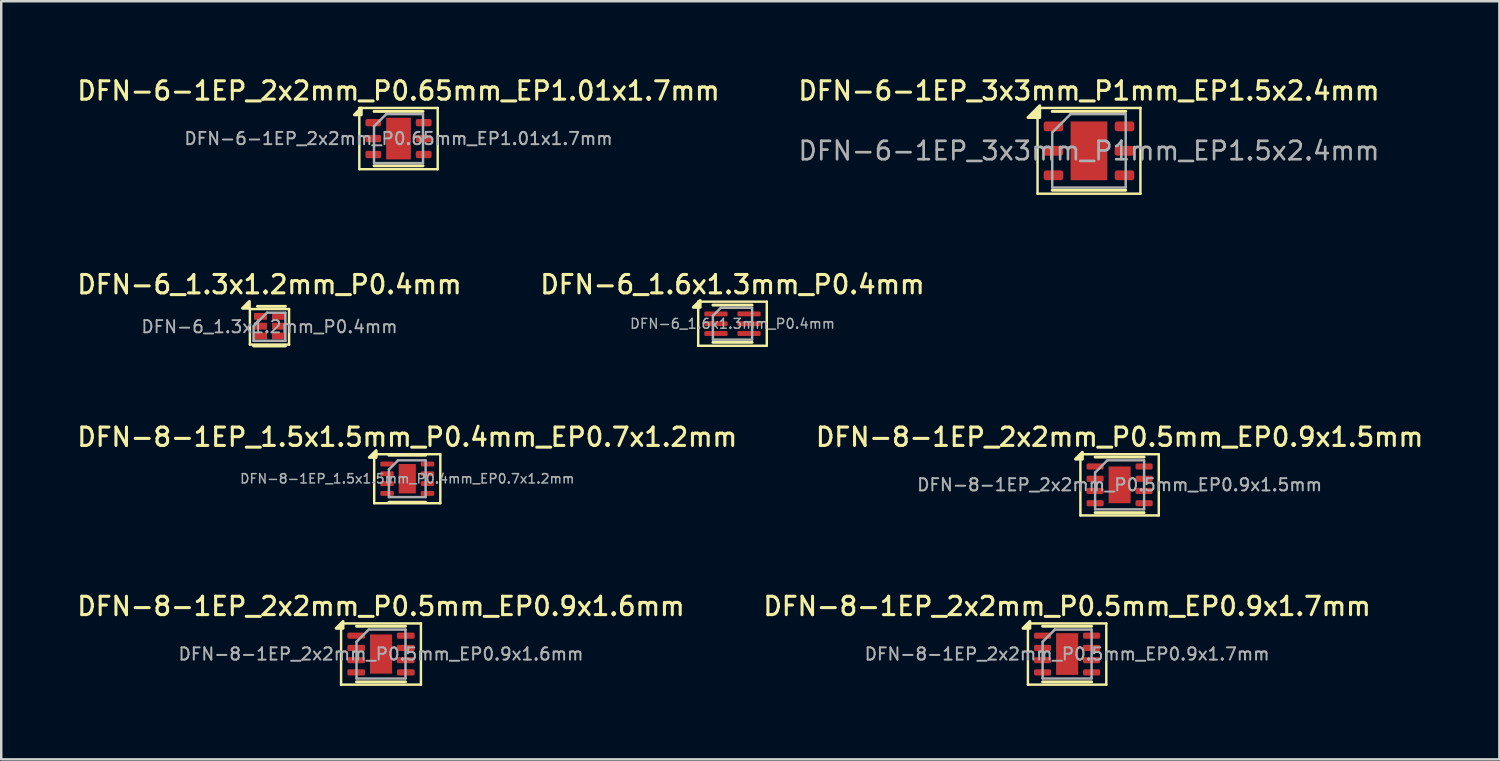
<source format=kicad_pcb>
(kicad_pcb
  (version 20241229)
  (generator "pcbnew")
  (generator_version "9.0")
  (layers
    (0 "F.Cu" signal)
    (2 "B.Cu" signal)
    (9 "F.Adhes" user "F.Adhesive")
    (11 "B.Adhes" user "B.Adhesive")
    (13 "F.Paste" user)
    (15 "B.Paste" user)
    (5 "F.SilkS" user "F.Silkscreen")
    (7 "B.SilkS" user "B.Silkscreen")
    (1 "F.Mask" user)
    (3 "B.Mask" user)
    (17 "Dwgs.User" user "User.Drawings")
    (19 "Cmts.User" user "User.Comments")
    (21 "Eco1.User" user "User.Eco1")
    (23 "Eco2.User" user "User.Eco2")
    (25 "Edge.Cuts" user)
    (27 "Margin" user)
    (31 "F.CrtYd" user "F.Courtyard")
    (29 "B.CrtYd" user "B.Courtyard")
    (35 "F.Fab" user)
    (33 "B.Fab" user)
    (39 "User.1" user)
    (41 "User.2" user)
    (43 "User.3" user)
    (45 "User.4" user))
  (footprint "DFN-6-1EP_2x2mm_P0.65mm_EP1.01x1.7mm"
    (layer "F.Cu")
    (at 13.22 2.608)
    (property "Reference" "DFN-6-1EP_2x2mm_P0.65mm_EP1.01x1.7mm" (at 0 -1.95 0) (layer "F.SilkS") (effects (font (size 0.75 0.75) (thickness 0.125))))
    (attr smd)
    (fp_line (start -1.6 -1.25) (end -1.6 1.25) (stroke (width 0.1) (type solid)) (layer "F.SilkS"))
    (fp_line (start -1.6 1.25) (end 1.6 1.25) (stroke (width 0.1) (type solid)) (layer "F.SilkS"))
    (fp_line (start -1 -1.11) (end 1 -1.11) (stroke (width 0.12) (type solid)) (layer "F.SilkS"))
    (fp_line (start -1 1.11) (end 1 1.11) (stroke (width 0.12) (type solid)) (layer "F.SilkS"))
    (fp_line (start 1.6 -1.25) (end -1.6 -1.25) (stroke (width 0.1) (type solid)) (layer "F.SilkS"))
    (fp_line (start 1.6 1.25) (end 1.6 -1.25) (stroke (width 0.1) (type solid)) (layer "F.SilkS"))
    (fp_poly (pts (xy -1.52 -0.97) (xy -1.8 -0.97) (xy -1.52 -1.25) (xy -1.52 -0.97)) (stroke (width 0.12) (type solid)) (fill yes) (layer "F.SilkS"))
    (fp_line (start -1 -0.5) (end -0.5 -1) (stroke (width 0.1) (type solid)) (layer "F.Fab"))
    (fp_line (start -1 1) (end -1 -0.5) (stroke (width 0.1) (type solid)) (layer "F.Fab"))
    (fp_line (start -0.5 -1) (end 1 -1) (stroke (width 0.1) (type solid)) (layer "F.Fab"))
    (fp_line (start 1 -1) (end 1 1) (stroke (width 0.1) (type solid)) (layer "F.Fab"))
    (fp_line (start 1 1) (end -1 1) (stroke (width 0.1) (type solid)) (layer "F.Fab"))
    (fp_text user "${REFERENCE}" (at 0 0 0) (layer "F.Fab") (effects (font (size 0.5 0.5) (thickness 0.08))))
    (pad "" smd roundrect (at 0 -0.425) (size 0.81 0.69) (layers "F.Paste") (roundrect_rratio 0.25))
    (pad "" smd roundrect (at 0 0.425) (size 0.81 0.69) (layers "F.Paste") (roundrect_rratio 0.25))
    (pad "1" smd roundrect (at -1.028 -0.65) (size 0.645 0.3) (layers "F.Cu" "F.Mask" "F.Paste") (roundrect_rratio 0.25))
    (pad "2" smd roundrect (at -1.028 0) (size 0.645 0.3) (layers "F.Cu" "F.Mask" "F.Paste") (roundrect_rratio 0.25))
    (pad "3" smd roundrect (at -1.028 0.65) (size 0.645 0.3) (layers "F.Cu" "F.Mask" "F.Paste") (roundrect_rratio 0.25))
    (pad "4" smd roundrect (at 1.028 0.65) (size 0.645 0.3) (layers "F.Cu" "F.Mask" "F.Paste") (roundrect_rratio 0.25))
    (pad "5" smd roundrect (at 1.028 0) (size 0.645 0.3) (layers "F.Cu" "F.Mask" "F.Paste") (roundrect_rratio 0.25))
    (pad "6" smd roundrect (at 1.028 -0.65) (size 0.645 0.3) (layers "F.Cu" "F.Mask" "F.Paste") (roundrect_rratio 0.25))
    (pad "7" smd rect (at 0 0) (size 1.01 1.7) (property pad_prop_heatsink) (layers "F.Cu" "F.Mask")))
  (footprint "DFN-6-1EP_3x3mm_P1mm_EP1.5x2.4mm"
    (layer "F.Cu")
    (at 41.409 3.108)
    (property "Reference" "DFN-6-1EP_3x3mm_P1mm_EP1.5x2.4mm" (at 0 -2.45 0) (layer "F.SilkS") (effects (font (size 0.75 0.75) (thickness 0.125))))
    (attr smd)
    (fp_line (start -2.1 -1.75) (end -2.1 1.75) (stroke (width 0.1) (type solid)) (layer "F.SilkS"))
    (fp_line (start -2.1 1.75) (end 2.1 1.75) (stroke (width 0.1) (type solid)) (layer "F.SilkS"))
    (fp_line (start -1.5 -1.61) (end 1.5 -1.61) (stroke (width 0.12) (type solid)) (layer "F.SilkS"))
    (fp_line (start -1.5 1.61) (end 1.5 1.61) (stroke (width 0.12) (type solid)) (layer "F.SilkS"))
    (fp_line (start 2.1 -1.75) (end -2.1 -1.75) (stroke (width 0.1) (type solid)) (layer "F.SilkS"))
    (fp_line (start 2.1 1.75) (end 2.1 -1.75) (stroke (width 0.1) (type solid)) (layer "F.SilkS"))
    (fp_poly (pts (xy -2.01 -1.36) (xy -2.49 -1.36) (xy -2.01 -1.84) (xy -2.01 -1.36)) (stroke (width 0.12) (type solid)) (fill yes) (layer "F.SilkS"))
    (fp_line (start -1.5 -0.75) (end -0.75 -1.5) (stroke (width 0.1) (type solid)) (layer "F.Fab"))
    (fp_line (start -1.5 1.5) (end -1.5 -0.75) (stroke (width 0.1) (type solid)) (layer "F.Fab"))
    (fp_line (start -0.75 -1.5) (end 1.5 -1.5) (stroke (width 0.1) (type solid)) (layer "F.Fab"))
    (fp_line (start 1.5 -1.5) (end 1.5 1.5) (stroke (width 0.1) (type solid)) (layer "F.Fab"))
    (fp_line (start 1.5 1.5) (end -1.5 1.5) (stroke (width 0.1) (type solid)) (layer "F.Fab"))
    (fp_text user "${REFERENCE}" (at 0 0 0) (layer "F.Fab") (effects (font (size 0.75 0.75) (thickness 0.11))))
    (pad "" smd roundrect (at -0.375 -0.6) (size 0.6 0.97) (layers "F.Paste") (roundrect_rratio 0.25))
    (pad "" smd roundrect (at -0.375 0.6) (size 0.6 0.97) (layers "F.Paste") (roundrect_rratio 0.25))
    (pad "" smd roundrect (at 0.375 -0.6) (size 0.6 0.97) (layers "F.Paste") (roundrect_rratio 0.25))
    (pad "" smd roundrect (at 0.375 0.6) (size 0.6 0.97) (layers "F.Paste") (roundrect_rratio 0.25))
    (pad "1" smd roundrect (at -1.45 -1) (size 0.8 0.4) (layers "F.Cu" "F.Mask" "F.Paste") (roundrect_rratio 0.25))
    (pad "2" smd roundrect (at -1.45 0) (size 0.8 0.4) (layers "F.Cu" "F.Mask" "F.Paste") (roundrect_rratio 0.25))
    (pad "3" smd roundrect (at -1.45 1) (size 0.8 0.4) (layers "F.Cu" "F.Mask" "F.Paste") (roundrect_rratio 0.25))
    (pad "4" smd roundrect (at 1.45 1) (size 0.8 0.4) (layers "F.Cu" "F.Mask" "F.Paste") (roundrect_rratio 0.25))
    (pad "5" smd roundrect (at 1.45 0) (size 0.8 0.4) (layers "F.Cu" "F.Mask" "F.Paste") (roundrect_rratio 0.25))
    (pad "6" smd roundrect (at 1.45 -1) (size 0.8 0.4) (layers "F.Cu" "F.Mask" "F.Paste") (roundrect_rratio 0.25))
    (pad "7" smd rect (at 0 0) (size 1.5 2.4) (property pad_prop_heatsink) (layers "F.Cu" "F.Mask")))
  (footprint "DFN-8-1EP_2x2mm_P0.5mm_EP0.9x1.7mm"
    (layer "F.Cu")
    (at 40.516 23.652)
    (property "Reference" "DFN-8-1EP_2x2mm_P0.5mm_EP0.9x1.7mm" (at 0 -1.95 0) (layer "F.SilkS") (effects (font (size 0.75 0.75) (thickness 0.125))))
    (attr smd)
    (fp_line (start -1.6 -1.25) (end -1.6 1.25) (stroke (width 0.1) (type solid)) (layer "F.SilkS"))
    (fp_line (start -1.6 1.25) (end 1.6 1.25) (stroke (width 0.1) (type solid)) (layer "F.SilkS"))
    (fp_line (start -1 -1.135) (end 1 -1.135) (stroke (width 0.12) (type solid)) (layer "F.SilkS"))
    (fp_line (start -1 1.135) (end 1 1.135) (stroke (width 0.12) (type solid)) (layer "F.SilkS"))
    (fp_line (start 1.6 -1.25) (end -1.6 -1.25) (stroke (width 0.1) (type solid)) (layer "F.SilkS"))
    (fp_line (start 1.6 1.25) (end 1.6 -1.25) (stroke (width 0.1) (type solid)) (layer "F.SilkS"))
    (fp_poly (pts (xy -1.52 -1.05) (xy -1.8 -1.05) (xy -1.52 -1.33) (xy -1.52 -1.05)) (stroke (width 0.12) (type solid)) (fill yes) (layer "F.SilkS"))
    (fp_line (start -1 -0.5) (end -0.5 -1) (stroke (width 0.1) (type solid)) (layer "F.Fab"))
    (fp_line (start -1 1) (end -1 -0.5) (stroke (width 0.1) (type solid)) (layer "F.Fab"))
    (fp_line (start -0.5 -1) (end 1 -1) (stroke (width 0.1) (type solid)) (layer "F.Fab"))
    (fp_line (start 1 -1) (end 1 1) (stroke (width 0.1) (type solid)) (layer "F.Fab"))
    (fp_line (start 1 1) (end -1 1) (stroke (width 0.1) (type solid)) (layer "F.Fab"))
    (fp_text user "${REFERENCE}" (at 0 0 0) (layer "F.Fab") (effects (font (size 0.5 0.5) (thickness 0.08))))
    (pad "" smd roundrect (at 0 -0.425) (size 0.73 0.69) (layers "F.Paste") (roundrect_rratio 0.25))
    (pad "" smd roundrect (at 0 0.425) (size 0.73 0.69) (layers "F.Paste") (roundrect_rratio 0.25))
    (pad "1" smd roundrect (at -1 -0.75) (size 0.7 0.25) (layers "F.Cu" "F.Mask" "F.Paste") (roundrect_rratio 0.25))
    (pad "2" smd roundrect (at -1 -0.25) (size 0.7 0.25) (layers "F.Cu" "F.Mask" "F.Paste") (roundrect_rratio 0.25))
    (pad "3" smd roundrect (at -1 0.25) (size 0.7 0.25) (layers "F.Cu" "F.Mask" "F.Paste") (roundrect_rratio 0.25))
    (pad "4" smd roundrect (at -1 0.75) (size 0.7 0.25) (layers "F.Cu" "F.Mask" "F.Paste") (roundrect_rratio 0.25))
    (pad "5" smd roundrect (at 1 0.75) (size 0.7 0.25) (layers "F.Cu" "F.Mask" "F.Paste") (roundrect_rratio 0.25))
    (pad "6" smd roundrect (at 1 0.25) (size 0.7 0.25) (layers "F.Cu" "F.Mask" "F.Paste") (roundrect_rratio 0.25))
    (pad "7" smd roundrect (at 1 -0.25) (size 0.7 0.25) (layers "F.Cu" "F.Mask" "F.Paste") (roundrect_rratio 0.25))
    (pad "8" smd roundrect (at 1 -0.75) (size 0.7 0.25) (layers "F.Cu" "F.Mask" "F.Paste") (roundrect_rratio 0.25))
    (pad "9" smd rect (at 0 0) (size 0.9 1.7) (property pad_prop_heatsink) (layers "F.Cu" "F.Mask")))
  (footprint "DFN-8-1EP_2x2mm_P0.5mm_EP0.9x1.5mm"
    (layer "F.Cu")
    (at 42.659 16.744)
    (property "Reference" "DFN-8-1EP_2x2mm_P0.5mm_EP0.9x1.5mm" (at 0 -1.95 0) (layer "F.SilkS") (effects (font (size 0.75 0.75) (thickness 0.125))))
    (attr smd)
    (fp_line (start -1.6 -1.25) (end -1.6 1.25) (stroke (width 0.1) (type solid)) (layer "F.SilkS"))
    (fp_line (start -1.6 1.25) (end 1.6 1.25) (stroke (width 0.1) (type solid)) (layer "F.SilkS"))
    (fp_line (start -1 -1.135) (end 1 -1.135) (stroke (width 0.12) (type solid)) (layer "F.SilkS"))
    (fp_line (start -1 1.135) (end 1 1.135) (stroke (width 0.12) (type solid)) (layer "F.SilkS"))
    (fp_line (start 1.6 -1.25) (end -1.6 -1.25) (stroke (width 0.1) (type solid)) (layer "F.SilkS"))
    (fp_line (start 1.6 1.25) (end 1.6 -1.25) (stroke (width 0.1) (type solid)) (layer "F.SilkS"))
    (fp_poly (pts (xy -1.52 -1.05) (xy -1.8 -1.05) (xy -1.52 -1.33) (xy -1.52 -1.05)) (stroke (width 0.12) (type solid)) (fill yes) (layer "F.SilkS"))
    (fp_line (start -1 -0.5) (end -0.5 -1) (stroke (width 0.1) (type solid)) (layer "F.Fab"))
    (fp_line (start -1 1) (end -1 -0.5) (stroke (width 0.1) (type solid)) (layer "F.Fab"))
    (fp_line (start -0.5 -1) (end 1 -1) (stroke (width 0.1) (type solid)) (layer "F.Fab"))
    (fp_line (start 1 -1) (end 1 1) (stroke (width 0.1) (type solid)) (layer "F.Fab"))
    (fp_line (start 1 1) (end -1 1) (stroke (width 0.1) (type solid)) (layer "F.Fab"))
    (fp_text user "${REFERENCE}" (at 0 0 0) (layer "F.Fab") (effects (font (size 0.5 0.5) (thickness 0.08))))
    (pad "" smd roundrect (at -0.225 -0.375) (size 0.36 0.6) (layers "F.Paste") (roundrect_rratio 0.25))
    (pad "" smd roundrect (at -0.225 0.375) (size 0.36 0.6) (layers "F.Paste") (roundrect_rratio 0.25))
    (pad "" smd roundrect (at 0.225 -0.375) (size 0.36 0.6) (layers "F.Paste") (roundrect_rratio 0.25))
    (pad "" smd roundrect (at 0.225 0.375) (size 0.36 0.6) (layers "F.Paste") (roundrect_rratio 0.25))
    (pad "1" smd roundrect (at -1 -0.75) (size 0.7 0.25) (layers "F.Cu" "F.Mask" "F.Paste") (roundrect_rratio 0.25))
    (pad "2" smd roundrect (at -1 -0.25) (size 0.7 0.25) (layers "F.Cu" "F.Mask" "F.Paste") (roundrect_rratio 0.25))
    (pad "3" smd roundrect (at -1 0.25) (size 0.7 0.25) (layers "F.Cu" "F.Mask" "F.Paste") (roundrect_rratio 0.25))
    (pad "4" smd roundrect (at -1 0.75) (size 0.7 0.25) (layers "F.Cu" "F.Mask" "F.Paste") (roundrect_rratio 0.25))
    (pad "5" smd roundrect (at 1 0.75) (size 0.7 0.25) (layers "F.Cu" "F.Mask" "F.Paste") (roundrect_rratio 0.25))
    (pad "6" smd roundrect (at 1 0.25) (size 0.7 0.25) (layers "F.Cu" "F.Mask" "F.Paste") (roundrect_rratio 0.25))
    (pad "7" smd roundrect (at 1 -0.25) (size 0.7 0.25) (layers "F.Cu" "F.Mask" "F.Paste") (roundrect_rratio 0.25))
    (pad "8" smd roundrect (at 1 -0.75) (size 0.7 0.25) (layers "F.Cu" "F.Mask" "F.Paste") (roundrect_rratio 0.25))
    (pad "9" smd rect (at 0 0) (size 0.9 1.5) (property pad_prop_heatsink) (layers "F.Cu" "F.Mask")))
  (footprint "DFN-8-1EP_2x2mm_P0.5mm_EP0.9x1.6mm"
    (layer "F.Cu")
    (at 12.505 23.652)
    (property "Reference" "DFN-8-1EP_2x2mm_P0.5mm_EP0.9x1.6mm" (at 0 -1.95 0) (layer "F.SilkS") (effects (font (size 0.75 0.75) (thickness 0.125))))
    (attr smd)
    (fp_line (start -1.63 -1.25) (end -1.63 1.25) (stroke (width 0.1) (type solid)) (layer "F.SilkS"))
    (fp_line (start -1.63 1.25) (end 1.63 1.25) (stroke (width 0.1) (type solid)) (layer "F.SilkS"))
    (fp_line (start -1 -1.135) (end 1 -1.135) (stroke (width 0.12) (type solid)) (layer "F.SilkS"))
    (fp_line (start -1 1.135) (end 1 1.135) (stroke (width 0.12) (type solid)) (layer "F.SilkS"))
    (fp_line (start 1.63 -1.25) (end -1.63 -1.25) (stroke (width 0.1) (type solid)) (layer "F.SilkS"))
    (fp_line (start 1.63 1.25) (end 1.63 -1.25) (stroke (width 0.1) (type solid)) (layer "F.SilkS"))
    (fp_poly (pts (xy -1.55 -1.05) (xy -1.83 -1.05) (xy -1.55 -1.33) (xy -1.55 -1.05)) (stroke (width 0.12) (type solid)) (fill yes) (layer "F.SilkS"))
    (fp_line (start -1 -0.5) (end -0.5 -1) (stroke (width 0.1) (type solid)) (layer "F.Fab"))
    (fp_line (start -1 1) (end -1 -0.5) (stroke (width 0.1) (type solid)) (layer "F.Fab"))
    (fp_line (start -0.5 -1) (end 1 -1) (stroke (width 0.1) (type solid)) (layer "F.Fab"))
    (fp_line (start 1 -1) (end 1 1) (stroke (width 0.1) (type solid)) (layer "F.Fab"))
    (fp_line (start 1 1) (end -1 1) (stroke (width 0.1) (type solid)) (layer "F.Fab"))
    (fp_text user "${REFERENCE}" (at 0 0 0) (layer "F.Fab") (effects (font (size 0.5 0.5) (thickness 0.08))))
    (pad "" smd roundrect (at 0 0) (size 0.73 1.29) (layers "F.Paste") (roundrect_rratio 0.25))
    (pad "1" smd roundrect (at -1.012 -0.75) (size 0.725 0.25) (layers "F.Cu" "F.Mask" "F.Paste") (roundrect_rratio 0.25))
    (pad "2" smd roundrect (at -1.012 -0.25) (size 0.725 0.25) (layers "F.Cu" "F.Mask" "F.Paste") (roundrect_rratio 0.25))
    (pad "3" smd roundrect (at -1.012 0.25) (size 0.725 0.25) (layers "F.Cu" "F.Mask" "F.Paste") (roundrect_rratio 0.25))
    (pad "4" smd roundrect (at -1.012 0.75) (size 0.725 0.25) (layers "F.Cu" "F.Mask" "F.Paste") (roundrect_rratio 0.25))
    (pad "5" smd roundrect (at 1.012 0.75) (size 0.725 0.25) (layers "F.Cu" "F.Mask" "F.Paste") (roundrect_rratio 0.25))
    (pad "6" smd roundrect (at 1.012 0.25) (size 0.725 0.25) (layers "F.Cu" "F.Mask" "F.Paste") (roundrect_rratio 0.25))
    (pad "7" smd roundrect (at 1.012 -0.25) (size 0.725 0.25) (layers "F.Cu" "F.Mask" "F.Paste") (roundrect_rratio 0.25))
    (pad "8" smd roundrect (at 1.012 -0.75) (size 0.725 0.25) (layers "F.Cu" "F.Mask" "F.Paste") (roundrect_rratio 0.25))
    (pad "9" smd rect (at 0 0) (size 0.9 1.6) (property pad_prop_heatsink) (layers "F.Cu" "F.Mask")))
  (footprint "DFN-8-1EP_1.5x1.5mm_P0.4mm_EP0.7x1.2mm"
    (layer "F.Cu")
    (at 13.577 16.494)
    (property "Reference" "DFN-8-1EP_1.5x1.5mm_P0.4mm_EP0.7x1.2mm" (at 0 -1.7 0) (layer "F.SilkS") (effects (font (size 0.75 0.75) (thickness 0.125))))
    (attr smd)
    (fp_line (start -1.35 -1) (end -1.35 1) (stroke (width 0.1) (type solid)) (layer "F.SilkS"))
    (fp_line (start -1.35 1) (end 1.35 1) (stroke (width 0.1) (type solid)) (layer "F.SilkS"))
    (fp_line (start -0.75 -0.96) (end 0.75 -0.96) (stroke (width 0.12) (type solid)) (layer "F.SilkS"))
    (fp_line (start -0.75 0.96) (end 0.75 0.96) (stroke (width 0.12) (type solid)) (layer "F.SilkS"))
    (fp_line (start 1.35 -1) (end -1.35 -1) (stroke (width 0.1) (type solid)) (layer "F.SilkS"))
    (fp_line (start 1.35 1) (end 1.35 -1) (stroke (width 0.1) (type solid)) (layer "F.SilkS"))
    (fp_poly (pts (xy -1.27 -0.87) (xy -1.55 -0.87) (xy -1.27 -1.15) (xy -1.27 -0.87)) (stroke (width 0.12) (type solid)) (fill yes) (layer "F.SilkS"))
    (fp_line (start -0.75 -0.375) (end -0.375 -0.75) (stroke (width 0.1) (type solid)) (layer "F.Fab"))
    (fp_line (start -0.75 0.75) (end -0.75 -0.375) (stroke (width 0.1) (type solid)) (layer "F.Fab"))
    (fp_line (start -0.375 -0.75) (end 0.75 -0.75) (stroke (width 0.1) (type solid)) (layer "F.Fab"))
    (fp_line (start 0.75 -0.75) (end 0.75 0.75) (stroke (width 0.1) (type solid)) (layer "F.Fab"))
    (fp_line (start 0.75 0.75) (end -0.75 0.75) (stroke (width 0.1) (type solid)) (layer "F.Fab"))
    (fp_text user "${REFERENCE}" (at 0 0 0) (layer "F.Fab") (effects (font (size 0.38 0.38) (thickness 0.06))))
    (pad "" smd roundrect (at -0.175 -0.3) (size 0.28 0.48) (layers "F.Paste") (roundrect_rratio 0.25))
    (pad "" smd roundrect (at -0.175 0.3) (size 0.28 0.48) (layers "F.Paste") (roundrect_rratio 0.25))
    (pad "" smd roundrect (at 0.175 -0.3) (size 0.28 0.48) (layers "F.Paste") (roundrect_rratio 0.25))
    (pad "" smd roundrect (at 0.175 0.3) (size 0.28 0.48) (layers "F.Paste") (roundrect_rratio 0.25))
    (pad "1" smd roundrect (at -0.825 -0.6) (size 0.55 0.2) (layers "F.Cu" "F.Mask" "F.Paste") (roundrect_rratio 0.25))
    (pad "2" smd roundrect (at -0.825 -0.2) (size 0.55 0.2) (layers "F.Cu" "F.Mask" "F.Paste") (roundrect_rratio 0.25))
    (pad "3" smd roundrect (at -0.825 0.2) (size 0.55 0.2) (layers "F.Cu" "F.Mask" "F.Paste") (roundrect_rratio 0.25))
    (pad "4" smd roundrect (at -0.825 0.6) (size 0.55 0.2) (layers "F.Cu" "F.Mask" "F.Paste") (roundrect_rratio 0.25))
    (pad "5" smd roundrect (at 0.825 0.6) (size 0.55 0.2) (layers "F.Cu" "F.Mask" "F.Paste") (roundrect_rratio 0.25))
    (pad "6" smd roundrect (at 0.825 0.2) (size 0.55 0.2) (layers "F.Cu" "F.Mask" "F.Paste") (roundrect_rratio 0.25))
    (pad "7" smd roundrect (at 0.825 -0.2) (size 0.55 0.2) (layers "F.Cu" "F.Mask" "F.Paste") (roundrect_rratio 0.25))
    (pad "8" smd roundrect (at 0.825 -0.6) (size 0.55 0.2) (layers "F.Cu" "F.Mask" "F.Paste") (roundrect_rratio 0.25))
    (pad "9" smd rect (at 0 0) (size 0.7 1.2) (property pad_prop_heatsink) (layers "F.Cu" "F.Mask")))
  (footprint "DFN-6_1.3x1.2mm_P0.4mm"
    (layer "F.Cu")
    (at 7.952 10.266)
    (property "Reference" "DFN-6_1.3x1.2mm_P0.4mm" (at 0 -1.7 0) (layer "F.SilkS") (effects (font (size 0.75 0.75) (thickness 0.125))))
    (attr smd)
    (fp_line (start -0.8 -0.7) (end -0.8 0.75) (stroke (width 0.1) (type solid)) (layer "F.SilkS"))
    (fp_line (start -0.8 -0.7) (end 0.8 -0.7) (stroke (width 0.1) (type solid)) (layer "F.SilkS"))
    (fp_line (start -0.65 0.81) (end 0.65 0.81) (stroke (width 0.12) (type solid)) (layer "F.SilkS"))
    (fp_line (start -0.49 -0.81) (end 0.65 -0.81) (stroke (width 0.12) (type solid)) (layer "F.SilkS"))
    (fp_line (start 0.8 0.75) (end -0.8 0.75) (stroke (width 0.1) (type solid)) (layer "F.SilkS"))
    (fp_line (start 0.8 0.75) (end 0.8 -0.7) (stroke (width 0.1) (type solid)) (layer "F.SilkS"))
    (fp_poly (pts (xy -0.82 -0.73) (xy -1.1 -0.73) (xy -0.82 -1.01) (xy -0.82 -0.73)) (stroke (width 0.12) (type solid)) (fill yes) (layer "F.SilkS"))
    (fp_line (start -0.65 0) (end -0.65 0.6) (stroke (width 0.1) (type solid)) (layer "F.Fab"))
    (fp_line (start -0.65 0.6) (end 0.65 0.6) (stroke (width 0.1) (type solid)) (layer "F.Fab"))
    (fp_line (start -0.1 -0.55) (end -0.65 0) (stroke (width 0.1) (type solid)) (layer "F.Fab"))
    (fp_line (start 0.65 -0.55) (end -0.1 -0.55) (stroke (width 0.1) (type solid)) (layer "F.Fab"))
    (fp_line (start 0.65 0.6) (end 0.65 -0.55) (stroke (width 0.1) (type solid)) (layer "F.Fab"))
    (fp_text user "${REFERENCE}" (at 0 0.025 0) (layer "F.Fab") (effects (font (size 0.5 0.5) (thickness 0.075))))
    (pad "1" smd rect (at -0.368 -0.4) (size 0.53 0.28) (layers "F.Cu" "F.Mask" "F.Paste"))
    (pad "2" smd rect (at -0.368 0) (size 0.53 0.28) (layers "F.Cu" "F.Mask" "F.Paste"))
    (pad "3" smd rect (at -0.368 0.4) (size 0.53 0.28) (layers "F.Cu" "F.Mask" "F.Paste"))
    (pad "4" smd rect (at 0.368 0.4) (size 0.53 0.28) (layers "F.Cu" "F.Mask" "F.Paste"))
    (pad "5" smd rect (at 0.368 0) (size 0.53 0.28) (layers "F.Cu" "F.Mask" "F.Paste"))
    (pad "6" smd rect (at 0.368 -0.4) (size 0.53 0.28) (layers "F.Cu" "F.Mask" "F.Paste")))
  (footprint "DFN-6_1.6x1.3mm_P0.4mm"
    (layer "F.Cu")
    (at 26.855 10.166)
    (property "Reference" "DFN-6_1.6x1.3mm_P0.4mm" (at 0 -1.6 0) (layer "F.SilkS") (effects (font (size 0.75 0.75) (thickness 0.125))))
    (attr smd)
    (fp_line (start -1.4 -0.9) (end -1.4 0.9) (stroke (width 0.1) (type solid)) (layer "F.SilkS"))
    (fp_line (start -1.4 0.9) (end 1.4 0.9) (stroke (width 0.1) (type solid)) (layer "F.SilkS"))
    (fp_line (start -0.8 -0.76) (end 0.8 -0.76) (stroke (width 0.12) (type solid)) (layer "F.SilkS"))
    (fp_line (start -0.8 0.76) (end 0.8 0.76) (stroke (width 0.12) (type solid)) (layer "F.SilkS"))
    (fp_line (start 1.4 -0.9) (end -1.4 -0.9) (stroke (width 0.1) (type solid)) (layer "F.SilkS"))
    (fp_line (start 1.4 0.9) (end 1.4 -0.9) (stroke (width 0.1) (type solid)) (layer "F.SilkS"))
    (fp_poly (pts (xy -1.32 -0.67) (xy -1.6 -0.67) (xy -1.32 -0.95) (xy -1.32 -0.67)) (stroke (width 0.12) (type solid)) (fill yes) (layer "F.SilkS"))
    (fp_line (start -0.8 -0.325) (end -0.475 -0.65) (stroke (width 0.1) (type solid)) (layer "F.Fab"))
    (fp_line (start -0.8 0.65) (end -0.8 -0.325) (stroke (width 0.1) (type solid)) (layer "F.Fab"))
    (fp_line (start -0.475 -0.65) (end 0.8 -0.65) (stroke (width 0.1) (type solid)) (layer "F.Fab"))
    (fp_line (start 0.8 -0.65) (end 0.8 0.65) (stroke (width 0.1) (type solid)) (layer "F.Fab"))
    (fp_line (start 0.8 0.65) (end -0.8 0.65) (stroke (width 0.1) (type solid)) (layer "F.Fab"))
    (fp_text user "${REFERENCE}" (at 0 0 0) (layer "F.Fab") (effects (font (size 0.4 0.4) (thickness 0.06))))
    (pad "1" smd roundrect (at -0.675 -0.4) (size 0.95 0.2) (layers "F.Cu" "F.Mask" "F.Paste") (roundrect_rratio 0.25))
    (pad "2" smd roundrect (at -0.675 0) (size 0.95 0.2) (layers "F.Cu" "F.Mask" "F.Paste") (roundrect_rratio 0.25))
    (pad "3" smd roundrect (at -0.675 0.4) (size 0.95 0.2) (layers "F.Cu" "F.Mask" "F.Paste") (roundrect_rratio 0.25))
    (pad "4" smd roundrect (at 0.675 0.4) (size 0.95 0.2) (layers "F.Cu" "F.Mask" "F.Paste") (roundrect_rratio 0.25))
    (pad "5" smd roundrect (at 0.675 0) (size 0.95 0.2) (layers "F.Cu" "F.Mask" "F.Paste") (roundrect_rratio 0.25))
    (pad "6" smd roundrect (at 0.675 -0.4) (size 0.95 0.2) (layers "F.Cu" "F.Mask" "F.Paste") (roundrect_rratio 0.25)))
  (gr_rect
    (start -3 -3)
    (end 58.164 27.953)
    (stroke (width 0.1) (type default))
    (fill no)
    (layer "Edge.Cuts")))
</source>
